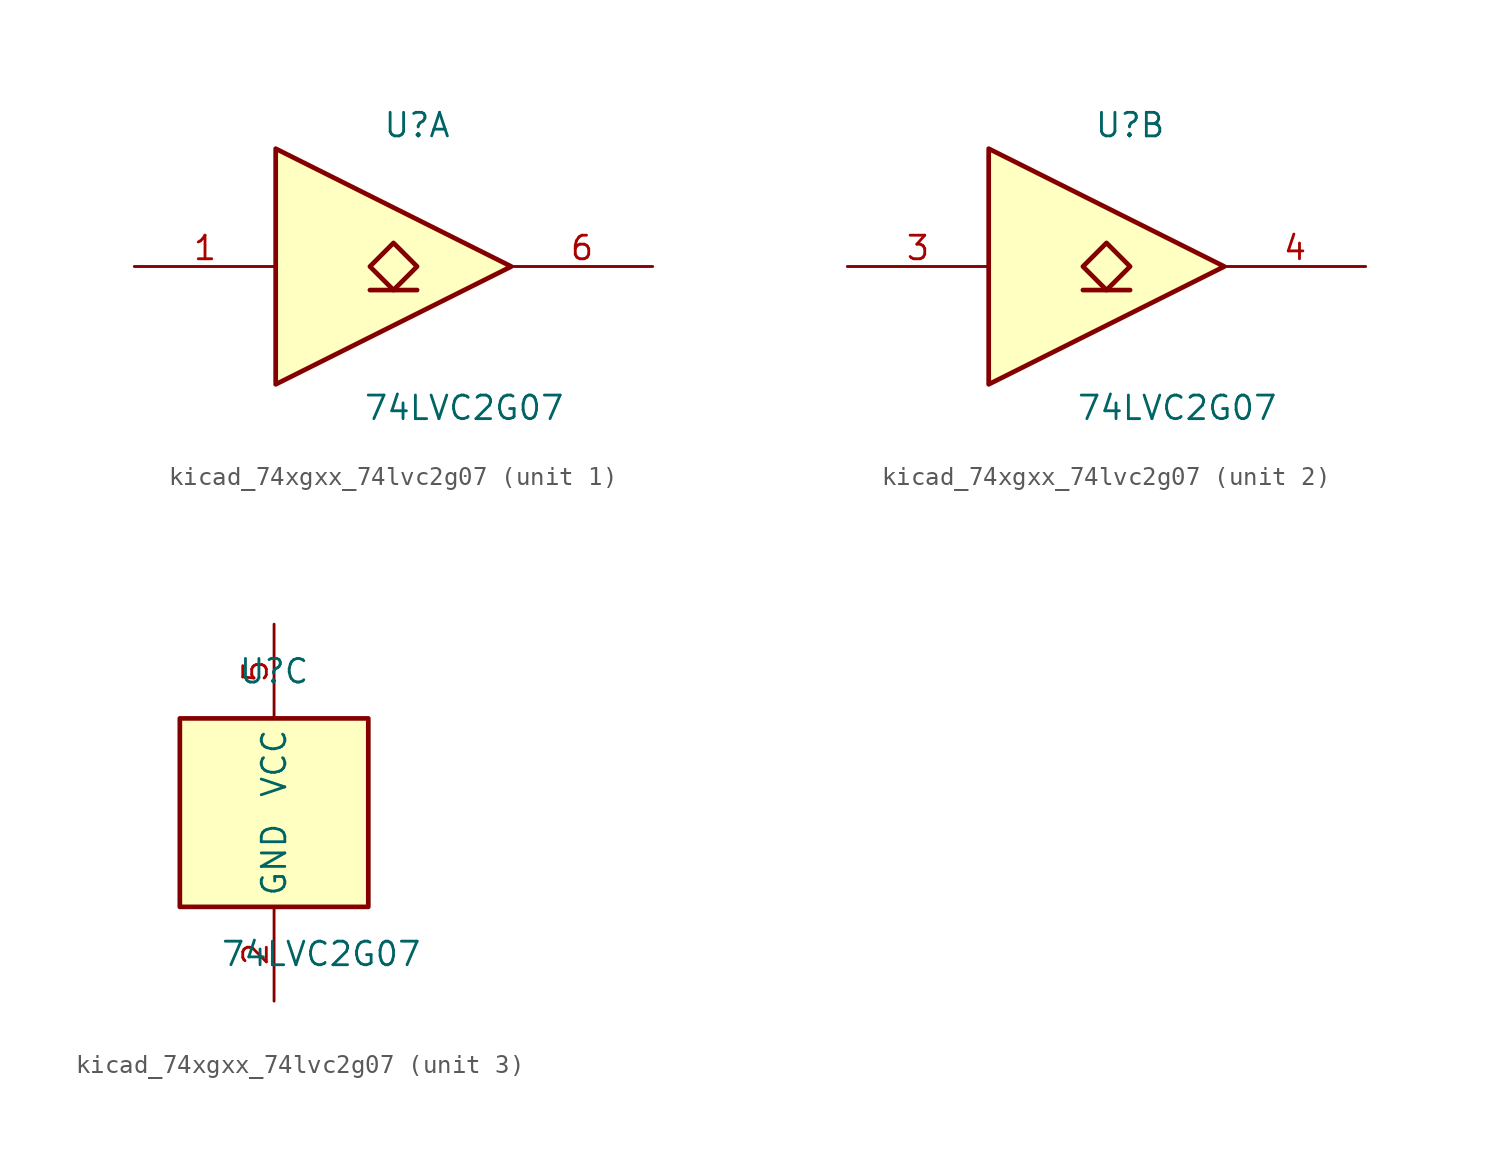
<source format=kicad_sym>
(kicad_symbol_lib
  (version 20220914)
  (generator kicad_symbol_editor)
  (symbol "kicad_74xgxx_74lvc2g07"
    (property "Reference" "U"
      (at 0 7.62 0)
      (effects (font (size 1.27 1.27))))
    (property "Value" "74LVC2G07"
      (at 2.54 -7.62 0)
      (effects (font (size 1.27 1.27))))
    (symbol "kicad_74xgxx_74lvc2g07_1_1"
      (polyline (pts (xy -2.54 -1.27) (xy 0 -1.27)) (stroke (width 0.254) (type default)) (fill (type background)))
      (polyline (pts (xy -7.62 6.35) (xy -7.62 -6.35) (xy 5.08 0) (xy -7.62 6.35)) (stroke (width 0.254) (type default)) (fill (type background)))
      (polyline (pts (xy -1.27 1.27) (xy -2.54 0) (xy -1.27 -1.27) (xy 0 0) (xy -1.27 1.27)) (stroke (width 0.254) (type default)) (fill (type background)))
      (pin input line (at -15.24 0 0) (length 7.62) (name "~" (effects (font (size 1.27 1.27)))) (number "1" (effects (font (size 1.27 1.27)))))
      (pin open_collector line (at 12.7 0 180) (length 7.62) (name "~" (effects (font (size 1.27 1.27)))) (number "6" (effects (font (size 1.27 1.27))))))
    (symbol "kicad_74xgxx_74lvc2g07_2_1"
      (polyline (pts (xy -2.54 -1.27) (xy 0 -1.27)) (stroke (width 0.254) (type default)) (fill (type background)))
      (polyline (pts (xy -7.62 6.35) (xy -7.62 -6.35) (xy 5.08 0) (xy -7.62 6.35)) (stroke (width 0.254) (type default)) (fill (type background)))
      (polyline (pts (xy -1.27 1.27) (xy -2.54 0) (xy -1.27 -1.27) (xy 0 0) (xy -1.27 1.27)) (stroke (width 0.254) (type default)) (fill (type background)))
      (pin input line (at -15.24 0 0) (length 7.62) (name "~" (effects (font (size 1.27 1.27)))) (number "3" (effects (font (size 1.27 1.27)))))
      (pin open_collector line (at 12.7 0 180) (length 7.62) (name "~" (effects (font (size 1.27 1.27)))) (number "4" (effects (font (size 1.27 1.27))))))
    (symbol "kicad_74xgxx_74lvc2g07_3_0"
      (rectangle (start -5.08 -5.08) (end 5.08 5.08) (stroke (width 0.254) (type default)) (fill (type background))))
    (symbol "kicad_74xgxx_74lvc2g07_3_1"
      (pin power_in line (at 0 -10.16 90) (length 5.08) (name "GND" (effects (font (size 1.27 1.27)))) (number "2" (effects (font (size 1.27 1.27)))))
      (pin power_in line (at 0 10.16 270) (length 5.08) (name "VCC" (effects (font (size 1.27 1.27)))) (number "5" (effects (font (size 1.27 1.27))))))))
</source>
